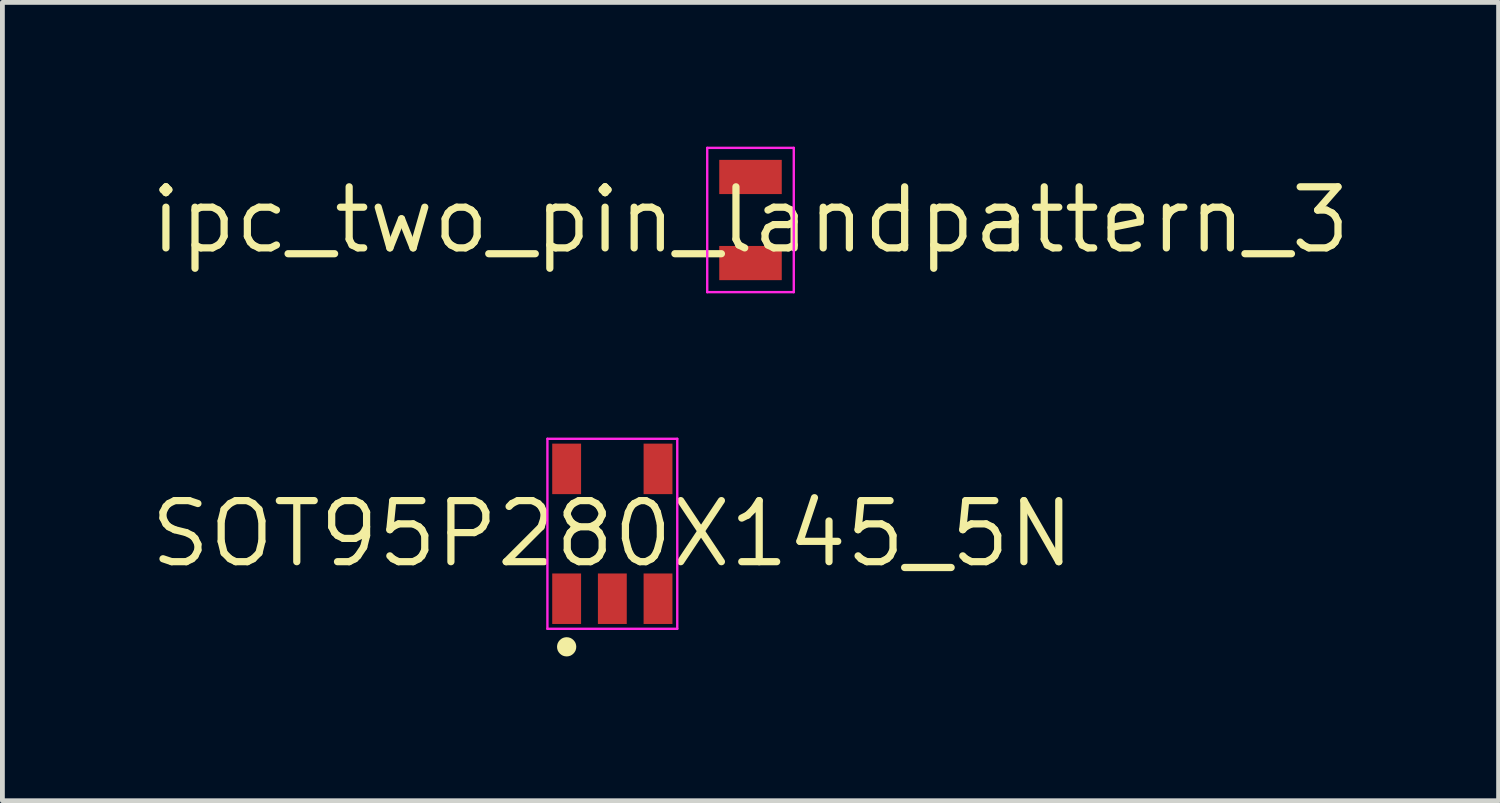
<source format=kicad_pcb>
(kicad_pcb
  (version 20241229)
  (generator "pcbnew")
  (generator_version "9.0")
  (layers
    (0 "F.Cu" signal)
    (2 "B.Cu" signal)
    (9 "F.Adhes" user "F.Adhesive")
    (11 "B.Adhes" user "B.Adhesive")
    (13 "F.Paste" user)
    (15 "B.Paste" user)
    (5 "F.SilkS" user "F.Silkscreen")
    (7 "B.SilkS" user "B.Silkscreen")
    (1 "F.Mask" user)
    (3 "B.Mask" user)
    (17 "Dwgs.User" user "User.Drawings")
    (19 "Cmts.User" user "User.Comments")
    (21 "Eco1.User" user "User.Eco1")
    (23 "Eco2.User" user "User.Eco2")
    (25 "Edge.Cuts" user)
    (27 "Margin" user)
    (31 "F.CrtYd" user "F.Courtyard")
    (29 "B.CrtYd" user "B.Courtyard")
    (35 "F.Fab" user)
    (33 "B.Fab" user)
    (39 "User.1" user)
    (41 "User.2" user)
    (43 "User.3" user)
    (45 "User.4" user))
  (footprint "SOT95P280X145_5N"
    (layer "F.Cu")
    (at 9.683 8.05)
    (property "Reference" "SOT95P280X145_5N" (at 0 0 0) (layer "F.SilkS") (effects (font (size 1.27 1.27) (thickness 0.15))))
    (attr through_hole)
    (fp_poly (pts (xy -0.754 2.389) (xy -0.75 2.35) (xy -0.754 2.311) (xy -0.765 2.273) (xy -0.784 2.239) (xy -0.809 2.209) (xy -0.839 2.184) (xy -0.873 2.165) (xy -0.911 2.154) (xy -0.95 2.15) (xy -0.989 2.154) (xy -1.027 2.165) (xy -1.061 2.184) (xy -1.091 2.209) (xy -1.116 2.239) (xy -1.135 2.273) (xy -1.146 2.311) (xy -1.15 2.35) (xy -1.146 2.389) (xy -1.135 2.427) (xy -1.116 2.461) (xy -1.091 2.491) (xy -1.061 2.516) (xy -1.027 2.535) (xy -0.989 2.546) (xy -0.95 2.55) (xy -0.911 2.546) (xy -0.873 2.535) (xy -0.839 2.516) (xy -0.809 2.491) (xy -0.784 2.461) (xy -0.765 2.427)) (stroke (width 0) (type solid)) (fill yes) (layer "F.SilkS"))
    (fp_line (start -1.35 -1.975) (end 1.35 -1.975) (stroke (width 0.05) (type solid)) (layer "F.CrtYd"))
    (fp_line (start -1.35 1.975) (end -1.35 -1.975) (stroke (width 0.05) (type solid)) (layer "F.CrtYd"))
    (fp_line (start 1.35 -1.975) (end 1.35 1.975) (stroke (width 0.05) (type solid)) (layer "F.CrtYd"))
    (fp_line (start 1.35 1.975) (end -1.35 1.975) (stroke (width 0.05) (type solid)) (layer "F.CrtYd"))
    (pad "1" smd rect (at -0.95 1.35) (size 0.6 1.05) (layers "F.Cu" "F.Paste"))
    (pad "2" smd rect (at 0 1.35) (size 0.6 1.05) (layers "F.Cu" "F.Paste"))
    (pad "3" smd rect (at 0.95 1.35) (size 0.6 1.05) (layers "F.Cu" "F.Paste"))
    (pad "4" smd rect (at 0.95 -1.35) (size 0.6 1.05) (layers "F.Cu" "F.Paste"))
    (pad "5" smd rect (at -0.95 -1.35) (size 0.6 1.05) (layers "F.Cu" "F.Paste")))
  (footprint "ipc_two_pin_landpattern_3"
    (layer "F.Cu")
    (at 12.556 1.525)
    (property "Reference" "ipc_two_pin_landpattern_3" (at 0 0 0) (layer "F.SilkS") (effects (font (size 1.27 1.27) (thickness 0.15))))
    (attr through_hole)
    (fp_line (start -0.9 -1.5) (end -0.9 1.5) (stroke (width 0.05) (type solid)) (layer "F.CrtYd"))
    (fp_line (start -0.9 1.5) (end 0.9 1.5) (stroke (width 0.05) (type solid)) (layer "F.CrtYd"))
    (fp_line (start 0.9 -1.5) (end -0.9 -1.5) (stroke (width 0.05) (type solid)) (layer "F.CrtYd"))
    (fp_line (start 0.9 1.5) (end 0.9 -1.5) (stroke (width 0.05) (type solid)) (layer "F.CrtYd"))
    (pad "1" smd rect (at 0 -0.895) (size 1.3 0.711) (layers "F.Cu" "F.Paste"))
    (pad "2" smd rect (at 0 0.895) (size 1.3 0.711) (layers "F.Cu" "F.Paste")))
  (gr_rect
    (start -3 -3)
    (end 28.112 13.6)
    (stroke (width 0.1) (type default))
    (fill no)
    (layer "Edge.Cuts")))
</source>
